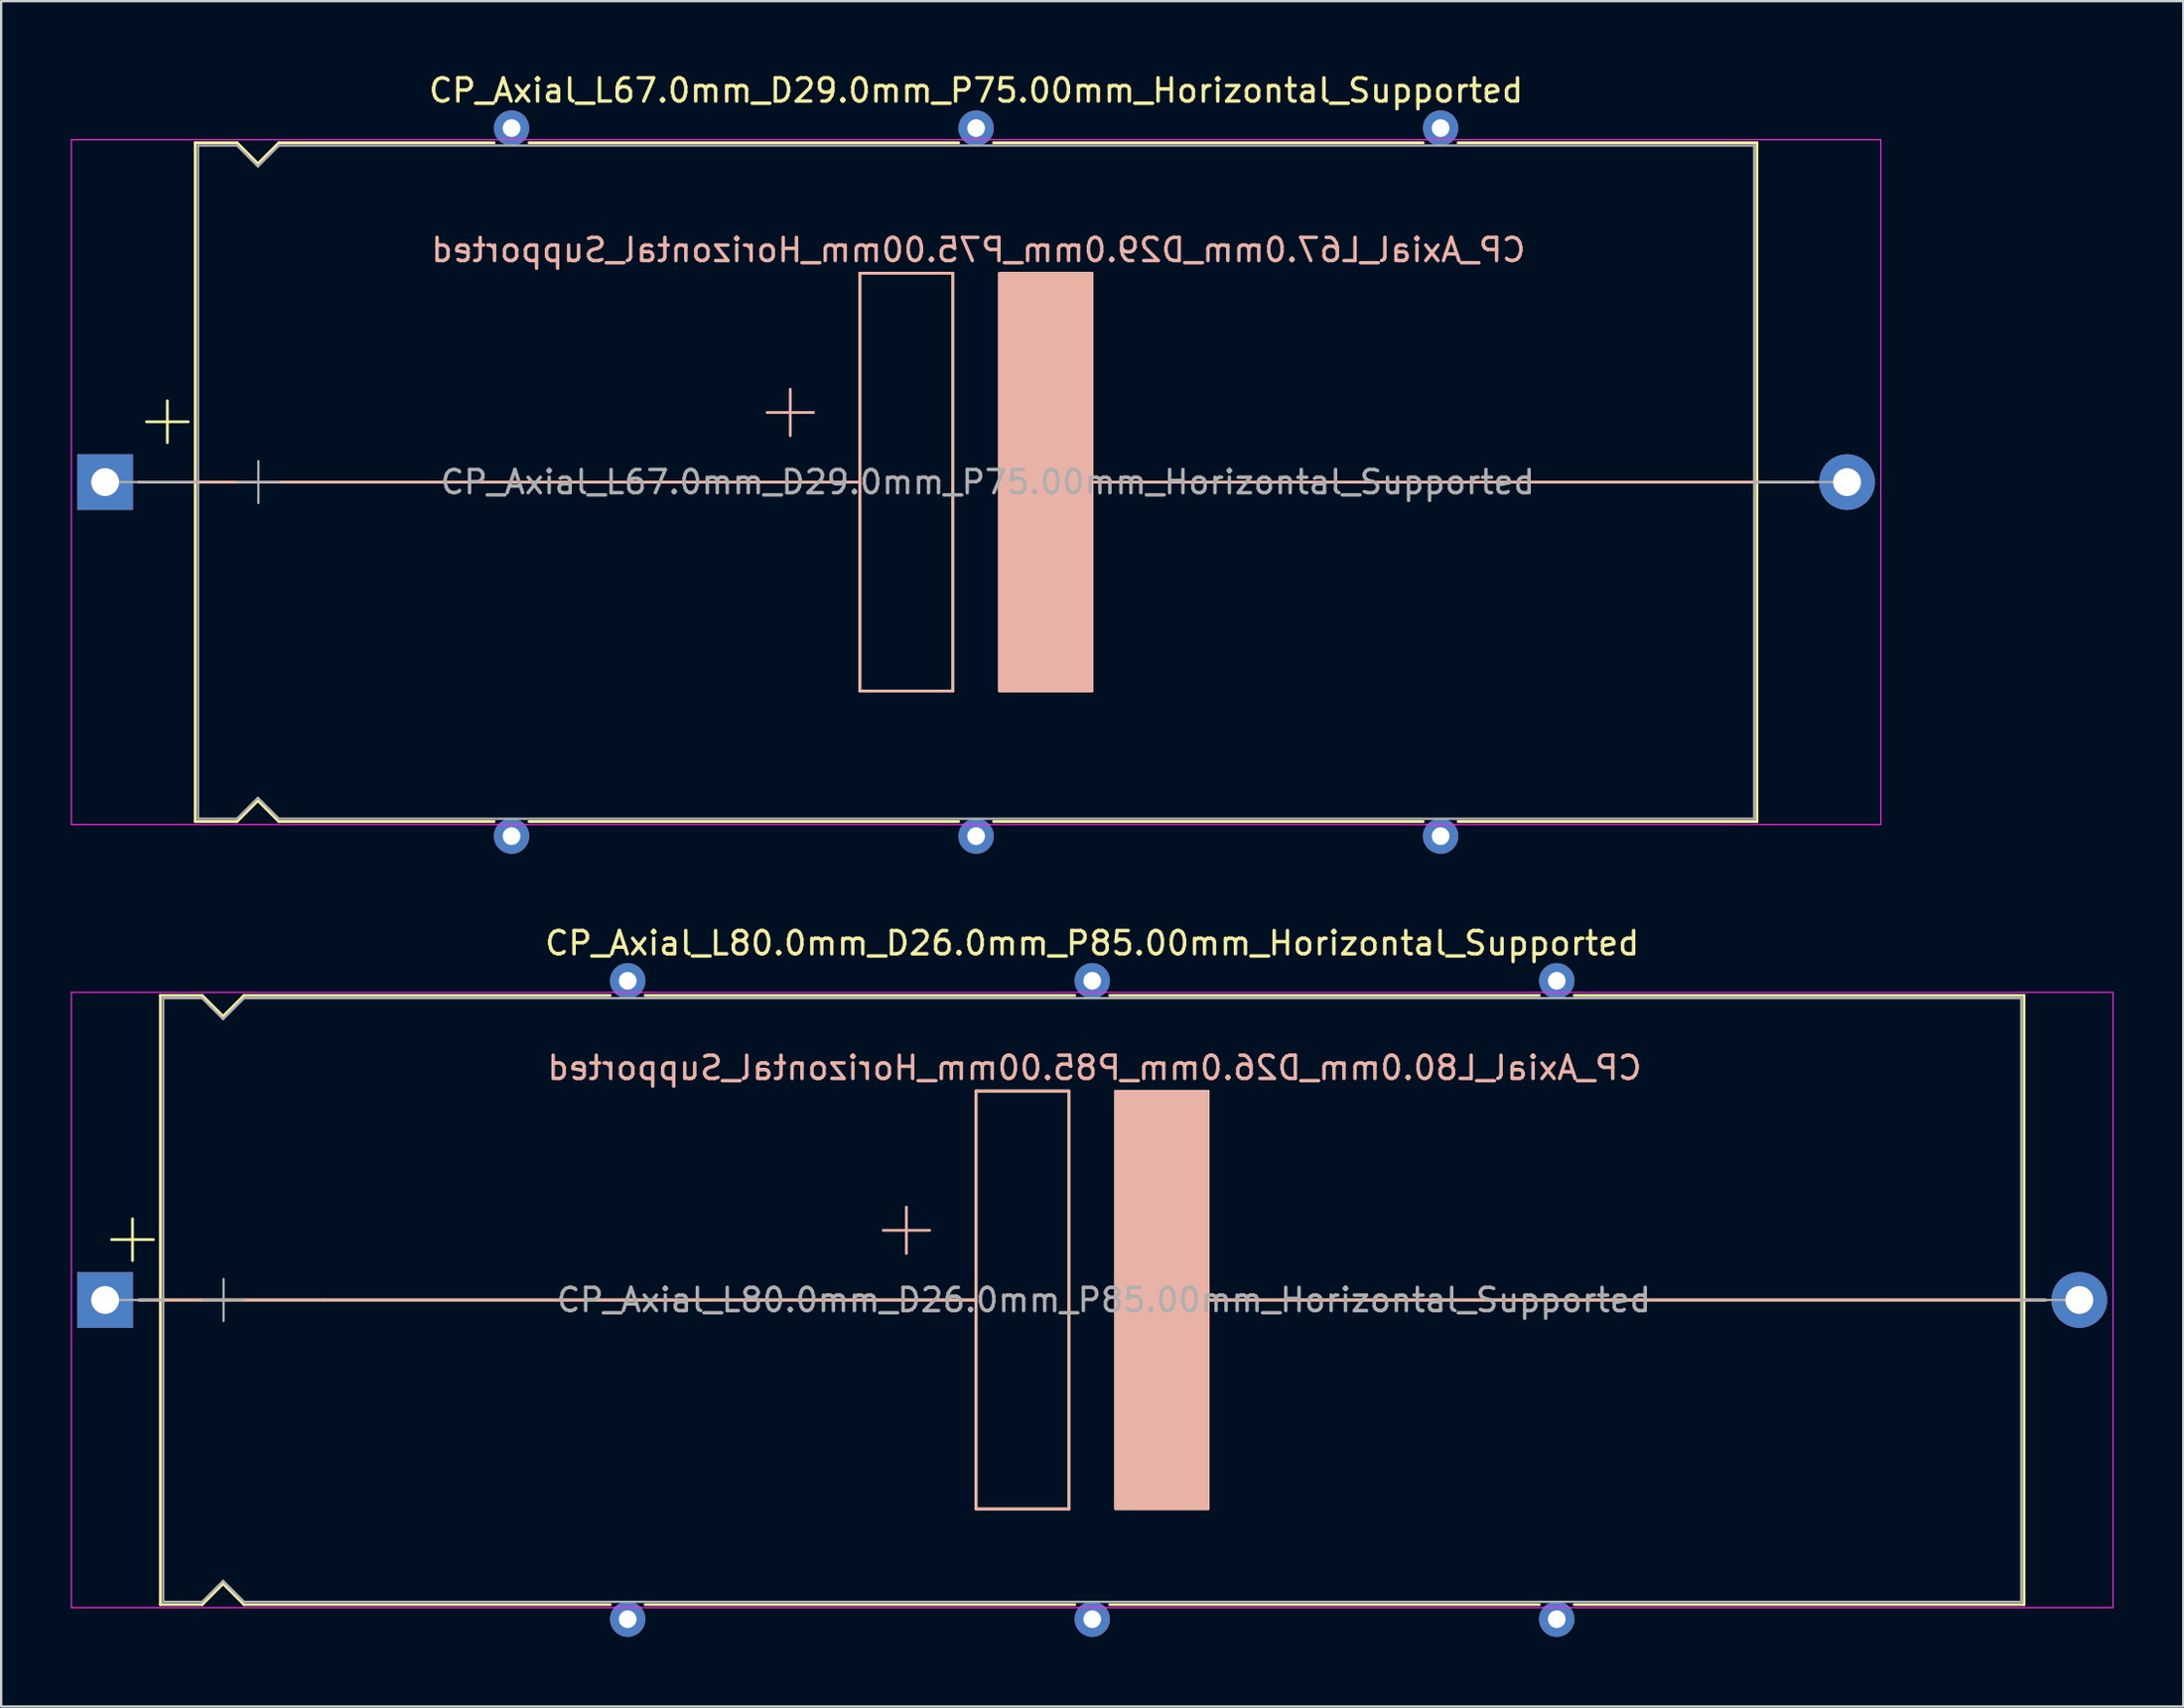
<source format=kicad_pcb>
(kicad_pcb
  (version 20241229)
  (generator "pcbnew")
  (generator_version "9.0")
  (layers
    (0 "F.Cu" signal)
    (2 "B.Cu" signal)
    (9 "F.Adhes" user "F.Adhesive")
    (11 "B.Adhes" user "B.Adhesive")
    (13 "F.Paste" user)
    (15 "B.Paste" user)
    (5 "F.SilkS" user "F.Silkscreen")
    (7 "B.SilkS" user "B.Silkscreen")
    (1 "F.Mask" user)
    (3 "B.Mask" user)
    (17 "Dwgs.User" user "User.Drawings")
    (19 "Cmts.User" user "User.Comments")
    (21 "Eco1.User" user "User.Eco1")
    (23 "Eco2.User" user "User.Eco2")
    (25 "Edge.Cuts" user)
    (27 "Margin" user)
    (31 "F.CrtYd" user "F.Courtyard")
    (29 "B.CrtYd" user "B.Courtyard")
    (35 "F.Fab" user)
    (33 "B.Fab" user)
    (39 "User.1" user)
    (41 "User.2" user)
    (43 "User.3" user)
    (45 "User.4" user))
  (footprint "CP_Axial_L80.0mm_D26.0mm_P85.00mm_Horizontal_Supported"
    (layer "F.Cu")
    (at 1.475 52.949)
    (property "Reference" "CP_Axial_L80.0mm_D26.0mm_P85.00mm_Horizontal_Supported" (at 42.5 -15.37 0) (layer "F.SilkS") (effects (font (size 1 1) (thickness 0.15))))
    (fp_line (start 0.28 -2.6) (end 2.08 -2.6) (stroke (width 0.12) (type solid)) (layer "F.SilkS"))
    (fp_line (start 1.18 -3.5) (end 1.18 -1.7) (stroke (width 0.12) (type solid)) (layer "F.SilkS"))
    (fp_line (start 1.44 0) (end 2.38 0) (stroke (width 0.12) (type solid)) (layer "F.SilkS"))
    (fp_line (start 2.38 -13.12) (end 2.38 13.12) (stroke (width 0.12) (type solid)) (layer "F.SilkS"))
    (fp_line (start 2.38 -13.12) (end 4.18 -13.12) (stroke (width 0.12) (type solid)) (layer "F.SilkS"))
    (fp_line (start 2.38 0) (end 37.5 0) (stroke (width 0.12) (type solid)) (layer "F.SilkS"))
    (fp_line (start 2.38 13.12) (end 4.18 13.12) (stroke (width 0.12) (type solid)) (layer "F.SilkS"))
    (fp_line (start 4.18 -13.12) (end 5.08 -12.22) (stroke (width 0.12) (type solid)) (layer "F.SilkS"))
    (fp_line (start 4.18 13.12) (end 5.08 12.22) (stroke (width 0.12) (type solid)) (layer "F.SilkS"))
    (fp_line (start 5.08 -12.22) (end 5.98 -13.12) (stroke (width 0.12) (type solid)) (layer "F.SilkS"))
    (fp_line (start 5.08 12.22) (end 5.98 13.12) (stroke (width 0.12) (type solid)) (layer "F.SilkS"))
    (fp_line (start 5.98 -13.12) (end 21.75 -13.12) (stroke (width 0.12) (type solid)) (layer "F.SilkS"))
    (fp_line (start 5.98 13.12) (end 21.75 13.12) (stroke (width 0.12) (type solid)) (layer "F.SilkS"))
    (fp_line (start 23.25 -13.12) (end 41.75 -13.12) (stroke (width 0.12) (type solid)) (layer "F.SilkS"))
    (fp_line (start 23.25 13.12) (end 41.75 13.12) (stroke (width 0.12) (type solid)) (layer "F.SilkS"))
    (fp_line (start 37.5 -9) (end 41.5 -9) (stroke (width 0.12) (type solid)) (layer "F.SilkS"))
    (fp_line (start 37.5 9) (end 37.5 -9) (stroke (width 0.12) (type solid)) (layer "F.SilkS"))
    (fp_line (start 41.5 -9) (end 41.5 9) (stroke (width 0.12) (type solid)) (layer "F.SilkS"))
    (fp_line (start 41.5 9) (end 37.5 9) (stroke (width 0.12) (type solid)) (layer "F.SilkS"))
    (fp_line (start 43.25 -13.12) (end 61.75 -13.12) (stroke (width 0.12) (type solid)) (layer "F.SilkS"))
    (fp_line (start 43.25 13.12) (end 61.75 13.12) (stroke (width 0.12) (type solid)) (layer "F.SilkS"))
    (fp_line (start 47 0) (end 82.62 0) (stroke (width 0.12) (type solid)) (layer "F.SilkS"))
    (fp_line (start 63.25 -13.12) (end 82.62 -13.12) (stroke (width 0.12) (type solid)) (layer "F.SilkS"))
    (fp_line (start 63.25 13.12) (end 82.62 13.12) (stroke (width 0.12) (type solid)) (layer "F.SilkS"))
    (fp_line (start 82.62 -13.12) (end 82.62 13.12) (stroke (width 0.12) (type solid)) (layer "F.SilkS"))
    (fp_line (start 83.56 0) (end 82.62 0) (stroke (width 0.12) (type solid)) (layer "F.SilkS"))
    (fp_poly (pts (xy 47.5 9) (xy 43.5 9) (xy 43.5 -9) (xy 47.5 -9)) (stroke (width 0.1) (type solid)) (fill yes) (layer "F.SilkS"))
    (fp_line (start 1.5 0) (end 9.38 0) (stroke (width 0.12) (type solid)) (layer "B.SilkS"))
    (fp_line (start 9.38 0) (end 37.5 0) (stroke (width 0.12) (type solid)) (layer "B.SilkS"))
    (fp_line (start 34.5 -2) (end 34.5 -4) (stroke (width 0.12) (type solid)) (layer "B.SilkS"))
    (fp_line (start 35.5 -3) (end 33.5 -3) (stroke (width 0.12) (type solid)) (layer "B.SilkS"))
    (fp_line (start 37.5 -9) (end 41.5 -9) (stroke (width 0.12) (type solid)) (layer "B.SilkS"))
    (fp_line (start 37.5 9) (end 37.5 -9) (stroke (width 0.12) (type solid)) (layer "B.SilkS"))
    (fp_line (start 41.5 -9) (end 41.5 9) (stroke (width 0.12) (type solid)) (layer "B.SilkS"))
    (fp_line (start 41.5 9) (end 37.5 9) (stroke (width 0.12) (type solid)) (layer "B.SilkS"))
    (fp_line (start 47.5 0) (end 76.62 0) (stroke (width 0.12) (type solid)) (layer "B.SilkS"))
    (fp_line (start 83.5 0) (end 76.62 0) (stroke (width 0.12) (type solid)) (layer "B.SilkS"))
    (fp_poly (pts (xy 47.5 9) (xy 43.5 9) (xy 43.5 -9) (xy 47.5 -9)) (stroke (width 0.1) (type solid)) (fill yes) (layer "B.SilkS"))
    (fp_line (start -1.45 -13.25) (end -1.45 13.25) (stroke (width 0.05) (type solid)) (layer "F.CrtYd"))
    (fp_line (start -1.45 13.25) (end 86.45 13.25) (stroke (width 0.05) (type solid)) (layer "F.CrtYd"))
    (fp_line (start 86.45 -13.25) (end -1.45 -13.25) (stroke (width 0.05) (type solid)) (layer "F.CrtYd"))
    (fp_line (start 86.45 13.25) (end 86.45 -13.25) (stroke (width 0.05) (type solid)) (layer "F.CrtYd"))
    (fp_line (start 0 0) (end 2.5 0) (stroke (width 0.1) (type solid)) (layer "F.Fab"))
    (fp_line (start 2.5 -13) (end 2.5 13) (stroke (width 0.1) (type solid)) (layer "F.Fab"))
    (fp_line (start 2.5 -13) (end 4.18 -13) (stroke (width 0.1) (type solid)) (layer "F.Fab"))
    (fp_line (start 2.5 13) (end 4.18 13) (stroke (width 0.1) (type solid)) (layer "F.Fab"))
    (fp_line (start 4.18 -13) (end 5.08 -12.1) (stroke (width 0.1) (type solid)) (layer "F.Fab"))
    (fp_line (start 4.18 13) (end 5.08 12.1) (stroke (width 0.1) (type solid)) (layer "F.Fab"))
    (fp_line (start 4.2 0) (end 6 0) (stroke (width 0.1) (type solid)) (layer "F.Fab"))
    (fp_line (start 5.08 -12.1) (end 5.98 -13) (stroke (width 0.1) (type solid)) (layer "F.Fab"))
    (fp_line (start 5.08 12.1) (end 5.98 13) (stroke (width 0.1) (type solid)) (layer "F.Fab"))
    (fp_line (start 5.1 -0.9) (end 5.1 0.9) (stroke (width 0.1) (type solid)) (layer "F.Fab"))
    (fp_line (start 5.98 -13) (end 82.5 -13) (stroke (width 0.1) (type solid)) (layer "F.Fab"))
    (fp_line (start 5.98 13) (end 82.5 13) (stroke (width 0.1) (type solid)) (layer "F.Fab"))
    (fp_line (start 82.5 -13) (end 82.5 13) (stroke (width 0.1) (type solid)) (layer "F.Fab"))
    (fp_line (start 85 0) (end 82.5 0) (stroke (width 0.1) (type solid)) (layer "F.Fab"))
    (fp_text user "${REFERENCE}" (at 42.6 -10 0) (layer "B.SilkS") (effects (font (size 1 1) (thickness 0.15)) (justify mirror)))
    (fp_text user "${REFERENCE}" (at 43 0 0) (layer "F.Fab") (effects (font (size 1 1) (thickness 0.15))))
    (pad "" thru_hole circle (at 22.5 -13.75) (size 1.524 1.524) (drill 0.762) (layers "*.Cu" "*.Mask"))
    (pad "" thru_hole circle (at 22.5 13.75) (size 1.524 1.524) (drill 0.762) (layers "*.Cu" "*.Mask"))
    (pad "" thru_hole circle (at 42.5 -13.75) (size 1.524 1.524) (drill 0.762) (layers "*.Cu" "*.Mask"))
    (pad "" thru_hole circle (at 42.5 13.75) (size 1.524 1.524) (drill 0.762) (layers "*.Cu" "*.Mask"))
    (pad "" thru_hole circle (at 62.5 -13.75) (size 1.524 1.524) (drill 0.762) (layers "*.Cu" "*.Mask"))
    (pad "" thru_hole circle (at 62.5 13.75) (size 1.524 1.524) (drill 0.762) (layers "*.Cu" "*.Mask"))
    (pad "1" thru_hole rect (at 0 0) (size 2.4 2.4) (drill 1.2) (layers "*.Cu" "*.Mask"))
    (pad "2" thru_hole oval (at 85 0) (size 2.4 2.4) (drill 1.2) (layers "*.Cu" "*.Mask")))
  (footprint "CP_Axial_L67.0mm_D29.0mm_P75.00mm_Horizontal_Supported"
    (layer "F.Cu")
    (at 1.475 17.718)
    (property "Reference" "CP_Axial_L67.0mm_D29.0mm_P75.00mm_Horizontal_Supported" (at 37.5 -16.87 0) (layer "F.SilkS") (effects (font (size 1 1) (thickness 0.15))))
    (fp_line (start 1.44 0) (end 3.88 0) (stroke (width 0.12) (type solid)) (layer "F.SilkS"))
    (fp_line (start 1.78 -2.6) (end 3.58 -2.6) (stroke (width 0.12) (type solid)) (layer "F.SilkS"))
    (fp_line (start 2.68 -3.5) (end 2.68 -1.7) (stroke (width 0.12) (type solid)) (layer "F.SilkS"))
    (fp_line (start 3.88 -14.62) (end 3.88 14.62) (stroke (width 0.12) (type solid)) (layer "F.SilkS"))
    (fp_line (start 3.88 -14.62) (end 5.68 -14.62) (stroke (width 0.12) (type solid)) (layer "F.SilkS"))
    (fp_line (start 3.88 0) (end 32.5 0) (stroke (width 0.12) (type solid)) (layer "F.SilkS"))
    (fp_line (start 3.88 14.62) (end 5.68 14.62) (stroke (width 0.12) (type solid)) (layer "F.SilkS"))
    (fp_line (start 5.68 -14.62) (end 6.58 -13.72) (stroke (width 0.12) (type solid)) (layer "F.SilkS"))
    (fp_line (start 5.68 14.62) (end 6.58 13.72) (stroke (width 0.12) (type solid)) (layer "F.SilkS"))
    (fp_line (start 6.58 -13.72) (end 7.48 -14.62) (stroke (width 0.12) (type solid)) (layer "F.SilkS"))
    (fp_line (start 6.58 13.72) (end 7.48 14.62) (stroke (width 0.12) (type solid)) (layer "F.SilkS"))
    (fp_line (start 7.48 -14.62) (end 16.75 -14.62) (stroke (width 0.12) (type solid)) (layer "F.SilkS"))
    (fp_line (start 7.48 14.62) (end 16.75 14.62) (stroke (width 0.12) (type solid)) (layer "F.SilkS"))
    (fp_line (start 18.25 -14.62) (end 36.75 -14.62) (stroke (width 0.12) (type solid)) (layer "F.SilkS"))
    (fp_line (start 18.25 14.62) (end 36.75 14.62) (stroke (width 0.12) (type solid)) (layer "F.SilkS"))
    (fp_line (start 32.5 -9) (end 36.5 -9) (stroke (width 0.12) (type solid)) (layer "F.SilkS"))
    (fp_line (start 32.5 9) (end 32.5 -9) (stroke (width 0.12) (type solid)) (layer "F.SilkS"))
    (fp_line (start 36.5 -9) (end 36.5 9) (stroke (width 0.12) (type solid)) (layer "F.SilkS"))
    (fp_line (start 36.5 9) (end 32.5 9) (stroke (width 0.12) (type solid)) (layer "F.SilkS"))
    (fp_line (start 38.25 -14.62) (end 56.75 -14.62) (stroke (width 0.12) (type solid)) (layer "F.SilkS"))
    (fp_line (start 38.25 14.62) (end 56.75 14.62) (stroke (width 0.12) (type solid)) (layer "F.SilkS"))
    (fp_line (start 42 0) (end 71.12 0) (stroke (width 0.12) (type solid)) (layer "F.SilkS"))
    (fp_line (start 58.25 -14.62) (end 71.12 -14.62) (stroke (width 0.12) (type solid)) (layer "F.SilkS"))
    (fp_line (start 58.25 14.62) (end 71.12 14.62) (stroke (width 0.12) (type solid)) (layer "F.SilkS"))
    (fp_line (start 71.12 -14.62) (end 71.12 14.62) (stroke (width 0.12) (type solid)) (layer "F.SilkS"))
    (fp_line (start 73.56 0) (end 71.12 0) (stroke (width 0.12) (type solid)) (layer "F.SilkS"))
    (fp_poly (pts (xy 42.5 9) (xy 38.5 9) (xy 38.5 -9) (xy 42.5 -9)) (stroke (width 0.1) (type solid)) (fill yes) (layer "F.SilkS"))
    (fp_line (start 1.5 0) (end 4.38 0) (stroke (width 0.12) (type solid)) (layer "B.SilkS"))
    (fp_line (start 4.38 0) (end 32.5 0) (stroke (width 0.12) (type solid)) (layer "B.SilkS"))
    (fp_line (start 29.5 -2) (end 29.5 -4) (stroke (width 0.12) (type solid)) (layer "B.SilkS"))
    (fp_line (start 30.5 -3) (end 28.5 -3) (stroke (width 0.12) (type solid)) (layer "B.SilkS"))
    (fp_line (start 32.5 -9) (end 36.5 -9) (stroke (width 0.12) (type solid)) (layer "B.SilkS"))
    (fp_line (start 32.5 9) (end 32.5 -9) (stroke (width 0.12) (type solid)) (layer "B.SilkS"))
    (fp_line (start 36.5 -9) (end 36.5 9) (stroke (width 0.12) (type solid)) (layer "B.SilkS"))
    (fp_line (start 36.5 9) (end 32.5 9) (stroke (width 0.12) (type solid)) (layer "B.SilkS"))
    (fp_line (start 42.5 0) (end 71.62 0) (stroke (width 0.12) (type solid)) (layer "B.SilkS"))
    (fp_line (start 73.5 0) (end 71.62 0) (stroke (width 0.12) (type solid)) (layer "B.SilkS"))
    (fp_poly (pts (xy 42.5 9) (xy 38.5 9) (xy 38.5 -9) (xy 42.5 -9)) (stroke (width 0.1) (type solid)) (fill yes) (layer "B.SilkS"))
    (fp_line (start -1.45 -14.75) (end -1.45 14.75) (stroke (width 0.05) (type solid)) (layer "F.CrtYd"))
    (fp_line (start -1.45 14.75) (end 76.45 14.75) (stroke (width 0.05) (type solid)) (layer "F.CrtYd"))
    (fp_line (start 76.45 -14.75) (end -1.45 -14.75) (stroke (width 0.05) (type solid)) (layer "F.CrtYd"))
    (fp_line (start 76.45 14.75) (end 76.45 -14.75) (stroke (width 0.05) (type solid)) (layer "F.CrtYd"))
    (fp_line (start 0 0) (end 4 0) (stroke (width 0.1) (type solid)) (layer "F.Fab"))
    (fp_line (start 4 -14.5) (end 4 14.5) (stroke (width 0.1) (type solid)) (layer "F.Fab"))
    (fp_line (start 4 -14.5) (end 5.68 -14.5) (stroke (width 0.1) (type solid)) (layer "F.Fab"))
    (fp_line (start 4 14.5) (end 5.68 14.5) (stroke (width 0.1) (type solid)) (layer "F.Fab"))
    (fp_line (start 5.68 -14.5) (end 6.58 -13.6) (stroke (width 0.1) (type solid)) (layer "F.Fab"))
    (fp_line (start 5.68 14.5) (end 6.58 13.6) (stroke (width 0.1) (type solid)) (layer "F.Fab"))
    (fp_line (start 5.7 0) (end 7.5 0) (stroke (width 0.1) (type solid)) (layer "F.Fab"))
    (fp_line (start 6.58 -13.6) (end 7.48 -14.5) (stroke (width 0.1) (type solid)) (layer "F.Fab"))
    (fp_line (start 6.58 13.6) (end 7.48 14.5) (stroke (width 0.1) (type solid)) (layer "F.Fab"))
    (fp_line (start 6.6 -0.9) (end 6.6 0.9) (stroke (width 0.1) (type solid)) (layer "F.Fab"))
    (fp_line (start 7.48 -14.5) (end 71 -14.5) (stroke (width 0.1) (type solid)) (layer "F.Fab"))
    (fp_line (start 7.48 14.5) (end 71 14.5) (stroke (width 0.1) (type solid)) (layer "F.Fab"))
    (fp_line (start 71 -14.5) (end 71 14.5) (stroke (width 0.1) (type solid)) (layer "F.Fab"))
    (fp_line (start 75 0) (end 71 0) (stroke (width 0.1) (type solid)) (layer "F.Fab"))
    (fp_text user "${REFERENCE}" (at 37.6 -10 0) (layer "B.SilkS") (effects (font (size 1 1) (thickness 0.15)) (justify mirror)))
    (fp_text user "${REFERENCE}" (at 38 0 0) (layer "F.Fab") (effects (font (size 1 1) (thickness 0.15))))
    (pad "" thru_hole circle (at 17.5 -15.25) (size 1.524 1.524) (drill 0.762) (layers "*.Cu" "*.Mask"))
    (pad "" thru_hole circle (at 17.5 15.25) (size 1.524 1.524) (drill 0.762) (layers "*.Cu" "*.Mask"))
    (pad "" thru_hole circle (at 37.5 -15.25) (size 1.524 1.524) (drill 0.762) (layers "*.Cu" "*.Mask"))
    (pad "" thru_hole circle (at 37.5 15.25) (size 1.524 1.524) (drill 0.762) (layers "*.Cu" "*.Mask"))
    (pad "" thru_hole circle (at 57.5 -15.25) (size 1.524 1.524) (drill 0.762) (layers "*.Cu" "*.Mask"))
    (pad "" thru_hole circle (at 57.5 15.25) (size 1.524 1.524) (drill 0.762) (layers "*.Cu" "*.Mask"))
    (pad "1" thru_hole rect (at 0 0) (size 2.4 2.4) (drill 1.2) (layers "*.Cu" "*.Mask"))
    (pad "2" thru_hole oval (at 75 0) (size 2.4 2.4) (drill 1.2) (layers "*.Cu" "*.Mask")))
  (gr_rect
    (start -3 -3)
    (end 90.95 70.46)
    (stroke (width 0.1) (type default))
    (fill no)
    (layer "Edge.Cuts")))
</source>
